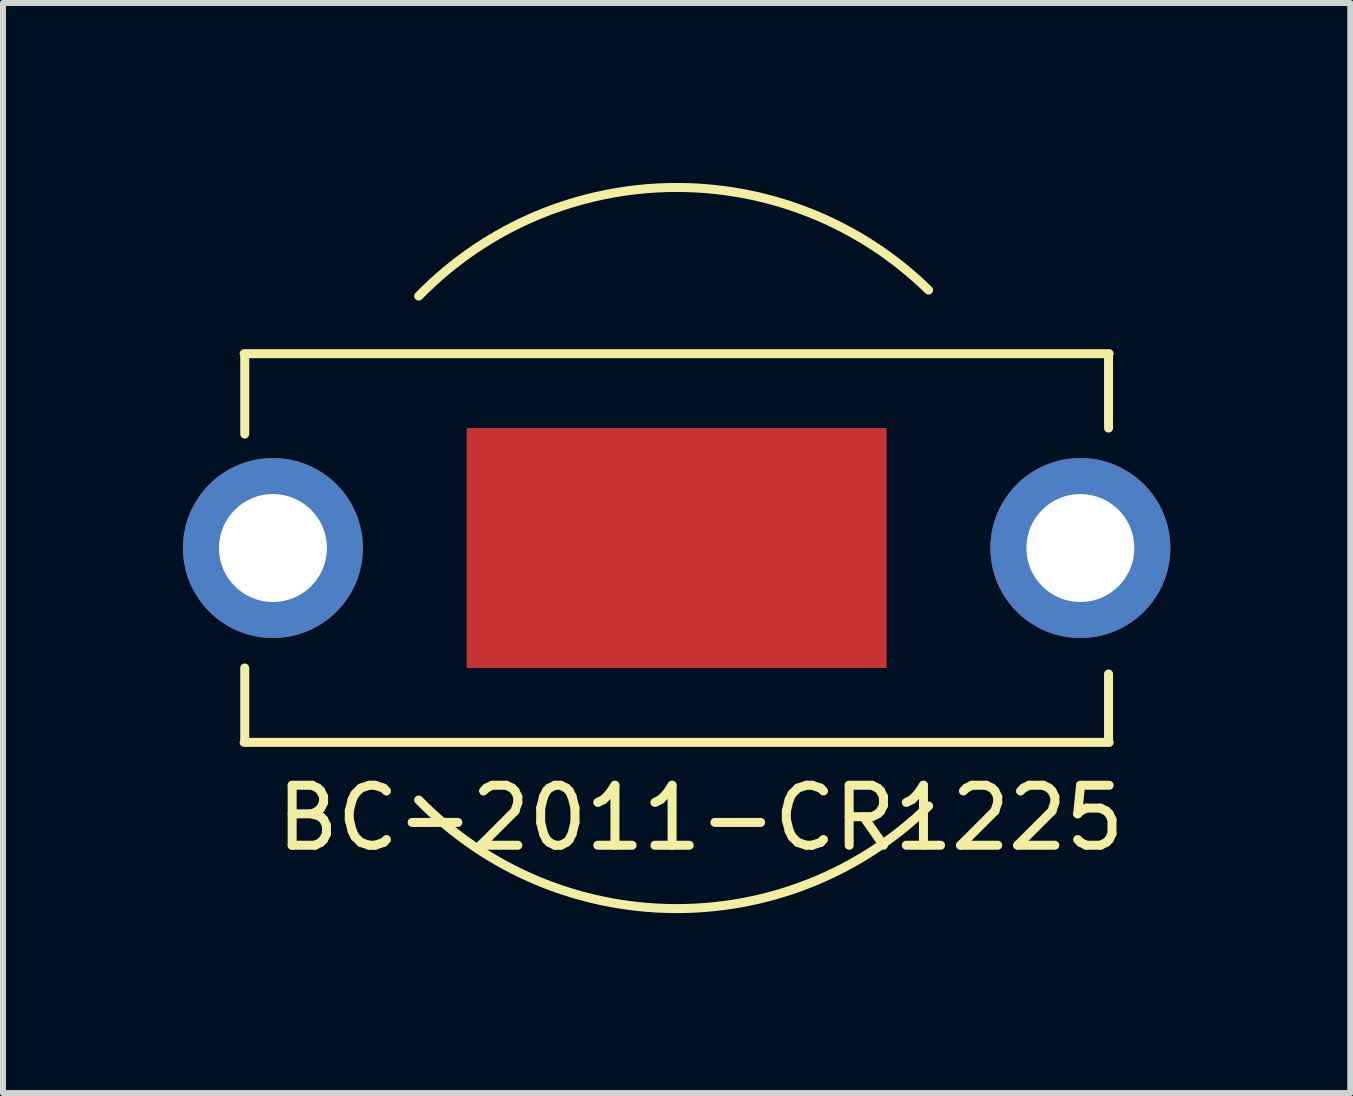
<source format=kicad_pcb>
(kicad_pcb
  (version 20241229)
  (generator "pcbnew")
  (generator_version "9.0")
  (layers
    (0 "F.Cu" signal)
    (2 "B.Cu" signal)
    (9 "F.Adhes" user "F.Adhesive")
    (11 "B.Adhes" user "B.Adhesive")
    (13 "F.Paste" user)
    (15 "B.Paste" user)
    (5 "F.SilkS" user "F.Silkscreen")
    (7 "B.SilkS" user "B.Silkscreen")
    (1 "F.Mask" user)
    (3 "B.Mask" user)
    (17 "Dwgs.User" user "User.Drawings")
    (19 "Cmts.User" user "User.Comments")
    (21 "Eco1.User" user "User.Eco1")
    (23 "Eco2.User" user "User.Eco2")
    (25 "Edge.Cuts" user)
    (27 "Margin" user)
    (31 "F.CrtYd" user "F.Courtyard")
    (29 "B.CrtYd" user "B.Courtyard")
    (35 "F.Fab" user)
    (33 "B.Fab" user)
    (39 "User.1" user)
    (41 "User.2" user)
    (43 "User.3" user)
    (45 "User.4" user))
  (footprint "BC-2011-CR1225"
    (layer "F.Cu")
    (at 8.23 6.086)
    (property "Reference" "BC-2011-CR1225" (at 0.4 4.5 0) (layer "F.SilkS") (effects (font (size 1 1) (thickness 0.15))))
    (attr through_hole)
    (fp_line (start -7.21 -3.24) (end 7.21 -3.24) (stroke (width 0.15) (type solid)) (layer "F.SilkS"))
    (fp_line (start -7.2 -3.2) (end -7.2 -1.9) (stroke (width 0.15) (type solid)) (layer "F.SilkS"))
    (fp_line (start -7.2 3.2) (end -7.2 2) (stroke (width 0.15) (type solid)) (layer "F.SilkS"))
    (fp_line (start 7.2 -3.2) (end 7.2 -2) (stroke (width 0.15) (type solid)) (layer "F.SilkS"))
    (fp_line (start 7.2 3.2) (end 7.2 2.1) (stroke (width 0.15) (type solid)) (layer "F.SilkS"))
    (fp_line (start 7.21 3.24) (end -7.21 3.24) (stroke (width 0.15) (type solid)) (layer "F.SilkS"))
    (fp_arc (start -4.3 -4.2) (mid -0.070711 -6.010408) (end 4.2 -4.3) (stroke (width 0.15) (type solid)) (layer "F.SilkS"))
    (fp_arc (start 4.2 4.3) (mid -0.070711 6.010408) (end -4.3 4.2) (stroke (width 0.15) (type solid)) (layer "F.SilkS"))
    (pad "1" thru_hole circle (at -6.73 0) (size 3 3) (drill 1.8) (layers "*.Cu" "*.Mask"))
    (pad "1" thru_hole circle (at 6.73 0) (size 3 3) (drill 1.8) (layers "*.Cu" "*.Mask"))
    (pad "2" smd rect (at 0 0) (size 7 4) (layers "F.Cu" "F.Mask" "F.Paste")))
  (gr_rect
    (start -3 -3)
    (end 19.46 15.172)
    (stroke (width 0.1) (type default))
    (fill no)
    (layer "Edge.Cuts")))
</source>
